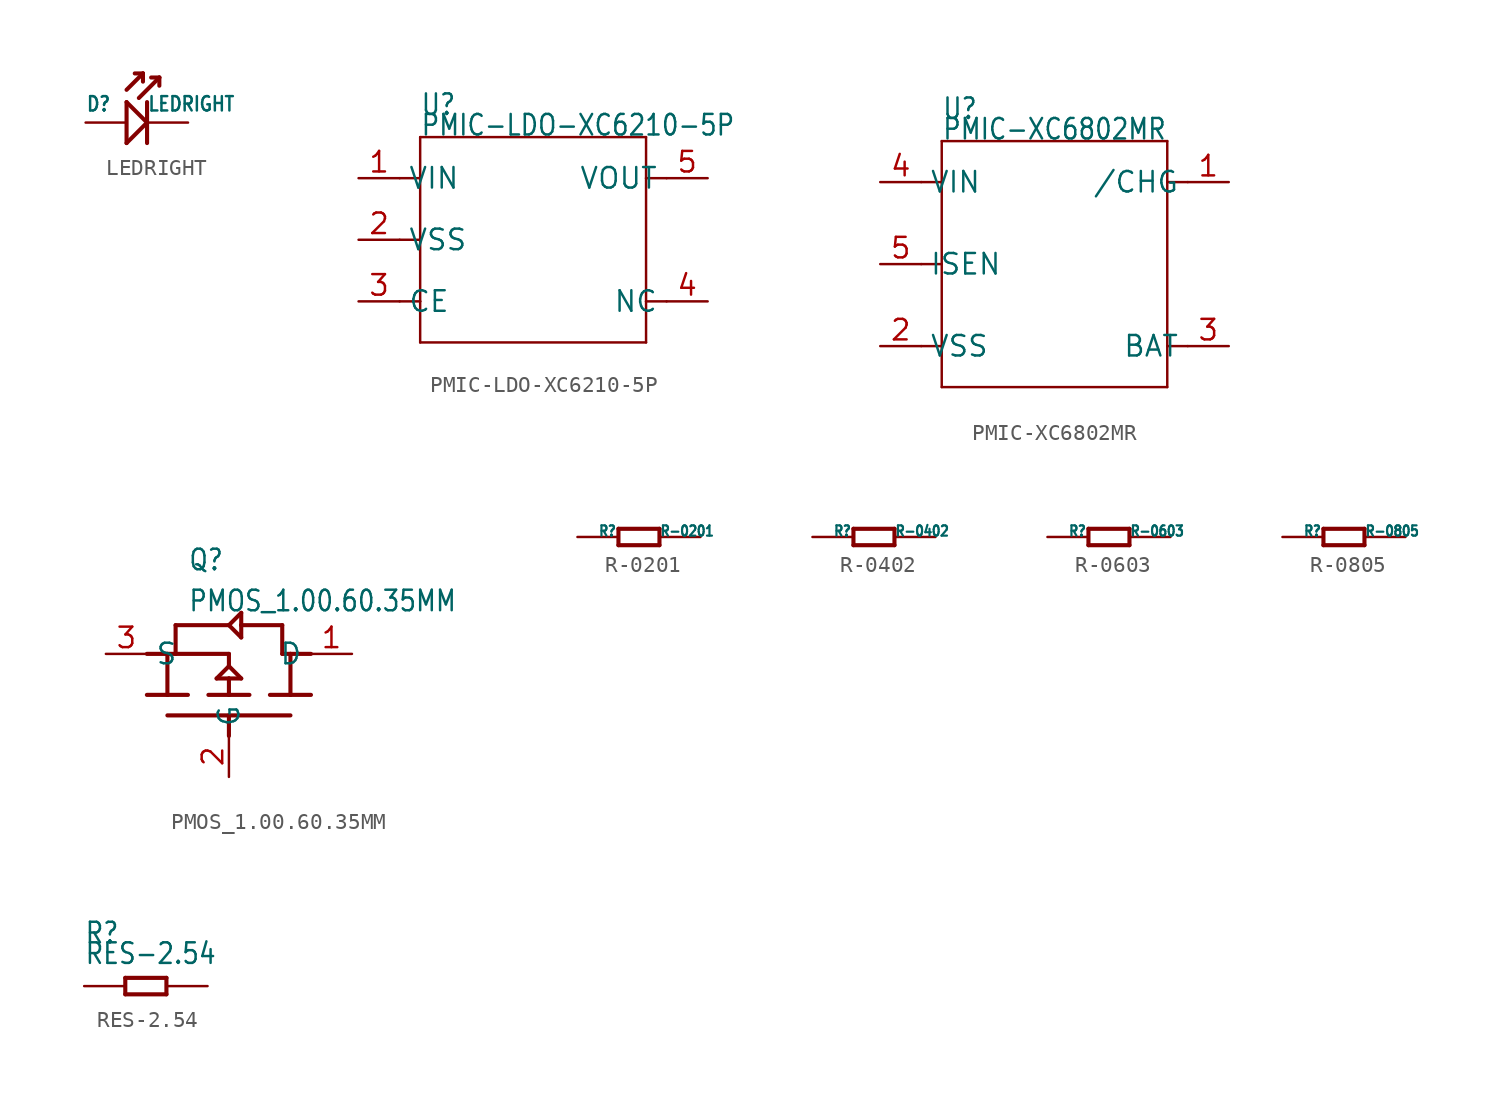
<source format=kicad_sym>
(kicad_symbol_lib
  (version 20211014)
  (generator kicad_symbol_editor)
  (symbol "LEDRIGHT"
    (property "Reference" "D"
      (at -2.54 0.635 0)
      (effects (font (size 0.889 0.756)) (justify left bottom)))
    (property "Value" "LEDRIGHT"
      (at 1.27 0.635 0)
      (effects (font (size 0.889 0.756)) (justify left bottom)))
    (property "ki_locked" ""
      (at 0 0 0)
      (effects (font (size 1.27 1.27))))
    (symbol "LEDRIGHT_1_0"
      (polyline (pts (xy 0 -1.27) (xy 0 1.27)) (stroke (width 0.254) (type default) (color 0 0 0 0)) (fill (type none)))
      (polyline (pts (xy 0 1.27) (xy 1.27 0)) (stroke (width 0.254) (type default) (color 0 0 0 0)) (fill (type none)))
      (polyline (pts (xy 0 2.032) (xy 1.016 3.048)) (stroke (width 0.254) (type default) (color 0 0 0 0)) (fill (type none)))
      (polyline (pts (xy 0.762 1.524) (xy 2.032 2.794)) (stroke (width 0.254) (type default) (color 0 0 0 0)) (fill (type none)))
      (polyline (pts (xy 1.016 3.048) (xy 0.508 3.048)) (stroke (width 0.254) (type default) (color 0 0 0 0)) (fill (type none)))
      (polyline (pts (xy 1.016 3.048) (xy 1.016 2.54)) (stroke (width 0.254) (type default) (color 0 0 0 0)) (fill (type none)))
      (polyline (pts (xy 1.27 0) (xy 0 -1.27)) (stroke (width 0.254) (type default) (color 0 0 0 0)) (fill (type none)))
      (polyline (pts (xy 1.27 0) (xy 1.27 -1.27)) (stroke (width 0.254) (type default) (color 0 0 0 0)) (fill (type none)))
      (polyline (pts (xy 1.27 1.27) (xy 1.27 0)) (stroke (width 0.254) (type default) (color 0 0 0 0)) (fill (type none)))
      (polyline (pts (xy 2.032 2.794) (xy 1.524 2.794)) (stroke (width 0.254) (type default) (color 0 0 0 0)) (fill (type none)))
      (polyline (pts (xy 2.032 2.794) (xy 2.032 2.286)) (stroke (width 0.254) (type default) (color 0 0 0 0)) (fill (type none)))
      (pin passive line (at -2.54 0 0) (length 2.54) (name "+" (effects (font (size 0 0)))) (number "1" (effects (font (size 0 0)))))
      (pin passive line (at 3.81 0 180) (length 2.54) (name "-" (effects (font (size 0 0)))) (number "2" (effects (font (size 0 0)))))))
  (symbol "PMIC-LDO-XC6210-5P"
    (property "Reference" "U"
      (at -7.62 7.62 0)
      (effects (font (size 1.27 1.079)) (justify left bottom)))
    (property "Value" "PMIC-LDO-XC6210-5P"
      (at -7.62 6.35 0)
      (effects (font (size 1.27 1.079)) (justify left bottom)))
    (property "ki_locked" ""
      (at 0 0 0)
      (effects (font (size 1.27 1.27))))
    (symbol "PMIC-LDO-XC6210-5P_1_0"
      (polyline (pts (xy -7.62 -6.35) (xy -7.62 -3.81)) (stroke (width 0.152) (type default) (color 0 0 0 0)) (fill (type none)))
      (polyline (pts (xy -7.62 -3.81) (xy -8.89 -3.81)) (stroke (width 0.152) (type default) (color 0 0 0 0)) (fill (type none)))
      (polyline (pts (xy -7.62 -3.81) (xy -7.62 0)) (stroke (width 0.152) (type default) (color 0 0 0 0)) (fill (type none)))
      (polyline (pts (xy -7.62 0) (xy -8.89 0)) (stroke (width 0.152) (type default) (color 0 0 0 0)) (fill (type none)))
      (polyline (pts (xy -7.62 0) (xy -7.62 3.81)) (stroke (width 0.152) (type default) (color 0 0 0 0)) (fill (type none)))
      (polyline (pts (xy -7.62 3.81) (xy -8.89 3.81)) (stroke (width 0.152) (type default) (color 0 0 0 0)) (fill (type none)))
      (polyline (pts (xy -7.62 3.81) (xy -7.62 6.35)) (stroke (width 0.152) (type default) (color 0 0 0 0)) (fill (type none)))
      (polyline (pts (xy -7.62 6.35) (xy 6.35 6.35)) (stroke (width 0.152) (type default) (color 0 0 0 0)) (fill (type none)))
      (polyline (pts (xy 6.35 -6.35) (xy -7.62 -6.35)) (stroke (width 0.152) (type default) (color 0 0 0 0)) (fill (type none)))
      (polyline (pts (xy 6.35 -3.81) (xy 6.35 -6.35)) (stroke (width 0.152) (type default) (color 0 0 0 0)) (fill (type none)))
      (polyline (pts (xy 6.35 3.81) (xy 6.35 -3.81)) (stroke (width 0.152) (type default) (color 0 0 0 0)) (fill (type none)))
      (polyline (pts (xy 6.35 6.35) (xy 6.35 3.81)) (stroke (width 0.152) (type default) (color 0 0 0 0)) (fill (type none)))
      (polyline (pts (xy 7.62 -3.81) (xy 6.35 -3.81)) (stroke (width 0.152) (type default) (color 0 0 0 0)) (fill (type none)))
      (polyline (pts (xy 7.62 3.81) (xy 6.35 3.81)) (stroke (width 0.152) (type default) (color 0 0 0 0)) (fill (type none)))
      (pin bidirectional line (at -11.43 3.81 0) (length 2.54) (name "VIN" (effects (font (size 1.27 1.27)))) (number "1" (effects (font (size 1.27 1.27)))))
      (pin bidirectional line (at -11.43 0 0) (length 2.54) (name "VSS" (effects (font (size 1.27 1.27)))) (number "2" (effects (font (size 1.27 1.27)))))
      (pin bidirectional line (at -11.43 -3.81 0) (length 2.54) (name "CE" (effects (font (size 1.27 1.27)))) (number "3" (effects (font (size 1.27 1.27)))))
      (pin bidirectional line (at 10.16 -3.81 180) (length 2.54) (name "NC" (effects (font (size 1.27 1.27)))) (number "4" (effects (font (size 1.27 1.27)))))
      (pin bidirectional line (at 10.16 3.81 180) (length 2.54) (name "VOUT" (effects (font (size 1.27 1.27)))) (number "5" (effects (font (size 1.27 1.27)))))))
  (symbol "PMIC-XC6802MR"
    (property "Reference" "U"
      (at -7.62 8.89 0)
      (effects (font (size 1.27 1.079)) (justify left bottom)))
    (property "Value" "PMIC-XC6802MR"
      (at -7.62 7.62 0)
      (effects (font (size 1.27 1.079)) (justify left bottom)))
    (property "ki_locked" ""
      (at 0 0 0)
      (effects (font (size 1.27 1.27))))
    (symbol "PMIC-XC6802MR_1_0"
      (polyline (pts (xy -8.89 -5.08) (xy -7.62 -5.08)) (stroke (width 0.152) (type default) (color 0 0 0 0)) (fill (type none)))
      (polyline (pts (xy -8.89 0) (xy -7.62 0)) (stroke (width 0.152) (type default) (color 0 0 0 0)) (fill (type none)))
      (polyline (pts (xy -8.89 5.08) (xy -7.62 5.08)) (stroke (width 0.152) (type default) (color 0 0 0 0)) (fill (type none)))
      (polyline (pts (xy -7.62 -7.62) (xy -7.62 -5.08)) (stroke (width 0.152) (type default) (color 0 0 0 0)) (fill (type none)))
      (polyline (pts (xy -7.62 -5.08) (xy -7.62 0)) (stroke (width 0.152) (type default) (color 0 0 0 0)) (fill (type none)))
      (polyline (pts (xy -7.62 0) (xy -7.62 5.08)) (stroke (width 0.152) (type default) (color 0 0 0 0)) (fill (type none)))
      (polyline (pts (xy -7.62 5.08) (xy -7.62 7.62)) (stroke (width 0.152) (type default) (color 0 0 0 0)) (fill (type none)))
      (polyline (pts (xy -7.62 7.62) (xy 6.35 7.62)) (stroke (width 0.152) (type default) (color 0 0 0 0)) (fill (type none)))
      (polyline (pts (xy 6.35 -7.62) (xy -7.62 -7.62)) (stroke (width 0.152) (type default) (color 0 0 0 0)) (fill (type none)))
      (polyline (pts (xy 6.35 -5.08) (xy 6.35 -7.62)) (stroke (width 0.152) (type default) (color 0 0 0 0)) (fill (type none)))
      (polyline (pts (xy 6.35 5.08) (xy 6.35 -5.08)) (stroke (width 0.152) (type default) (color 0 0 0 0)) (fill (type none)))
      (polyline (pts (xy 6.35 7.62) (xy 6.35 5.08)) (stroke (width 0.152) (type default) (color 0 0 0 0)) (fill (type none)))
      (polyline (pts (xy 7.62 -5.08) (xy 6.35 -5.08)) (stroke (width 0.152) (type default) (color 0 0 0 0)) (fill (type none)))
      (polyline (pts (xy 7.62 5.08) (xy 6.35 5.08)) (stroke (width 0.152) (type default) (color 0 0 0 0)) (fill (type none)))
      (pin bidirectional line (at 10.16 5.08 180) (length 2.54) (name "/CHG" (effects (font (size 1.27 1.27)))) (number "1" (effects (font (size 1.27 1.27)))))
      (pin bidirectional line (at -11.43 -5.08 0) (length 2.54) (name "VSS" (effects (font (size 1.27 1.27)))) (number "2" (effects (font (size 1.27 1.27)))))
      (pin bidirectional line (at 10.16 -5.08 180) (length 2.54) (name "BAT" (effects (font (size 1.27 1.27)))) (number "3" (effects (font (size 1.27 1.27)))))
      (pin bidirectional line (at -11.43 5.08 0) (length 2.54) (name "VIN" (effects (font (size 1.27 1.27)))) (number "4" (effects (font (size 1.27 1.27)))))
      (pin bidirectional line (at -11.43 0 0) (length 2.54) (name "ISEN" (effects (font (size 1.27 1.27)))) (number "5" (effects (font (size 1.27 1.27)))))))
  (symbol "PMOS_1.00.60.35MM"
    (property "Reference" "Q"
      (at -2.54 7.62 0)
      (effects (font (size 1.27 1.079)) (justify left bottom)))
    (property "Value" "PMOS_1.00.60.35MM"
      (at -2.54 5.08 0)
      (effects (font (size 1.27 1.079)) (justify left bottom)))
    (property "ki_locked" ""
      (at 0 0 0)
      (effects (font (size 1.27 1.27))))
    (symbol "PMOS_1.00.60.35MM_1_0"
      (polyline (pts (xy -5.08 0) (xy -3.81 0)) (stroke (width 0.254) (type default) (color 0 0 0 0)) (fill (type none)))
      (polyline (pts (xy -3.81 -1.27) (xy 0 -1.27)) (stroke (width 0.254) (type default) (color 0 0 0 0)) (fill (type none)))
      (polyline (pts (xy -3.81 0) (xy -2.54 0)) (stroke (width 0.254) (type default) (color 0 0 0 0)) (fill (type none)))
      (polyline (pts (xy -3.81 2.54) (xy -5.08 2.54)) (stroke (width 0.254) (type default) (color 0 0 0 0)) (fill (type none)))
      (polyline (pts (xy -3.81 2.54) (xy -3.81 0)) (stroke (width 0.254) (type default) (color 0 0 0 0)) (fill (type none)))
      (polyline (pts (xy -3.81 2.54) (xy -3.302 2.54)) (stroke (width 0.254) (type default) (color 0 0 0 0)) (fill (type none)))
      (polyline (pts (xy -3.302 2.54) (xy -3.302 4.318)) (stroke (width 0.254) (type default) (color 0 0 0 0)) (fill (type none)))
      (polyline (pts (xy -3.302 2.54) (xy 0 2.54)) (stroke (width 0.254) (type default) (color 0 0 0 0)) (fill (type none)))
      (polyline (pts (xy -3.302 4.318) (xy 0 4.318)) (stroke (width 0.254) (type default) (color 0 0 0 0)) (fill (type none)))
      (polyline (pts (xy -1.27 0) (xy 0 0)) (stroke (width 0.254) (type default) (color 0 0 0 0)) (fill (type none)))
      (polyline (pts (xy -0.762 1.016) (xy 0 1.016)) (stroke (width 0.254) (type default) (color 0 0 0 0)) (fill (type none)))
      (polyline (pts (xy 0 -1.27) (xy 0 -2.54)) (stroke (width 0.254) (type default) (color 0 0 0 0)) (fill (type none)))
      (polyline (pts (xy 0 -1.27) (xy 3.81 -1.27)) (stroke (width 0.254) (type default) (color 0 0 0 0)) (fill (type none)))
      (polyline (pts (xy 0 0) (xy 1.27 0)) (stroke (width 0.254) (type default) (color 0 0 0 0)) (fill (type none)))
      (polyline (pts (xy 0 1.016) (xy 0 0)) (stroke (width 0.254) (type default) (color 0 0 0 0)) (fill (type none)))
      (polyline (pts (xy 0 1.016) (xy 0.762 1.016)) (stroke (width 0.254) (type default) (color 0 0 0 0)) (fill (type none)))
      (polyline (pts (xy 0 1.778) (xy -0.762 1.016)) (stroke (width 0.254) (type default) (color 0 0 0 0)) (fill (type none)))
      (polyline (pts (xy 0 2.54) (xy 0 1.778)) (stroke (width 0.254) (type default) (color 0 0 0 0)) (fill (type none)))
      (polyline (pts (xy 0 4.318) (xy 0.762 3.556)) (stroke (width 0.254) (type default) (color 0 0 0 0)) (fill (type none)))
      (polyline (pts (xy 0.762 1.016) (xy 0 1.778)) (stroke (width 0.254) (type default) (color 0 0 0 0)) (fill (type none)))
      (polyline (pts (xy 0.762 3.556) (xy 0.762 4.318)) (stroke (width 0.254) (type default) (color 0 0 0 0)) (fill (type none)))
      (polyline (pts (xy 0.762 4.318) (xy 0.762 5.08)) (stroke (width 0.254) (type default) (color 0 0 0 0)) (fill (type none)))
      (polyline (pts (xy 0.762 4.318) (xy 3.302 4.318)) (stroke (width 0.254) (type default) (color 0 0 0 0)) (fill (type none)))
      (polyline (pts (xy 0.762 5.08) (xy 0 4.318)) (stroke (width 0.254) (type default) (color 0 0 0 0)) (fill (type none)))
      (polyline (pts (xy 2.54 0) (xy 3.81 0)) (stroke (width 0.254) (type default) (color 0 0 0 0)) (fill (type none)))
      (polyline (pts (xy 3.302 2.54) (xy 3.81 2.54)) (stroke (width 0.254) (type default) (color 0 0 0 0)) (fill (type none)))
      (polyline (pts (xy 3.302 4.318) (xy 3.302 2.54)) (stroke (width 0.254) (type default) (color 0 0 0 0)) (fill (type none)))
      (polyline (pts (xy 3.81 0) (xy 5.08 0)) (stroke (width 0.254) (type default) (color 0 0 0 0)) (fill (type none)))
      (polyline (pts (xy 3.81 2.54) (xy 3.81 0)) (stroke (width 0.254) (type default) (color 0 0 0 0)) (fill (type none)))
      (polyline (pts (xy 3.81 2.54) (xy 5.08 2.54)) (stroke (width 0.254) (type default) (color 0 0 0 0)) (fill (type none)))
      (pin bidirectional line (at 7.62 2.54 180) (length 2.54) (name "D" (effects (font (size 1.27 1.27)))) (number "1" (effects (font (size 1.27 1.27)))))
      (pin bidirectional line (at 0 -5.08 90) (length 2.54) (name "G" (effects (font (size 1.27 1.27)))) (number "2" (effects (font (size 1.27 1.27)))))
      (pin bidirectional line (at -7.62 2.54 0) (length 2.54) (name "S" (effects (font (size 1.27 1.27)))) (number "3" (effects (font (size 1.27 1.27)))))))
  (symbol "R-0201"
    (property "Reference" "R"
      (at -2.54 0 0)
      (effects (font (size 0.635 0.54)) (justify left bottom)))
    (property "Value" "R-0201"
      (at 1.27 0 0)
      (effects (font (size 0.635 0.54)) (justify left bottom)))
    (property "ki_locked" ""
      (at 0 0 0)
      (effects (font (size 1.27 1.27))))
    (symbol "R-0201_1_0"
      (polyline (pts (xy -1.27 -0.508) (xy -1.27 0.508)) (stroke (width 0.254) (type default) (color 0 0 0 0)) (fill (type none)))
      (polyline (pts (xy -1.27 0.508) (xy 1.27 0.508)) (stroke (width 0.254) (type default) (color 0 0 0 0)) (fill (type none)))
      (polyline (pts (xy 1.27 -0.508) (xy -1.27 -0.508)) (stroke (width 0.254) (type default) (color 0 0 0 0)) (fill (type none)))
      (polyline (pts (xy 1.27 0.508) (xy 1.27 -0.508)) (stroke (width 0.254) (type default) (color 0 0 0 0)) (fill (type none)))
      (pin passive line (at -3.81 0 0) (length 2.54) (name "1" (effects (font (size 0 0)))) (number "1" (effects (font (size 0 0)))))
      (pin passive line (at 3.81 0 180) (length 2.54) (name "2" (effects (font (size 0 0)))) (number "2" (effects (font (size 0 0)))))))
  (symbol "R-0402"
    (property "Reference" "R"
      (at -2.54 0 0)
      (effects (font (size 0.635 0.54)) (justify left bottom)))
    (property "Value" "R-0402"
      (at 1.27 0 0)
      (effects (font (size 0.635 0.54)) (justify left bottom)))
    (property "ki_locked" ""
      (at 0 0 0)
      (effects (font (size 1.27 1.27))))
    (symbol "R-0402_1_0"
      (polyline (pts (xy -1.27 -0.508) (xy -1.27 0.508)) (stroke (width 0.254) (type default) (color 0 0 0 0)) (fill (type none)))
      (polyline (pts (xy -1.27 0.508) (xy 1.27 0.508)) (stroke (width 0.254) (type default) (color 0 0 0 0)) (fill (type none)))
      (polyline (pts (xy 1.27 -0.508) (xy -1.27 -0.508)) (stroke (width 0.254) (type default) (color 0 0 0 0)) (fill (type none)))
      (polyline (pts (xy 1.27 0.508) (xy 1.27 -0.508)) (stroke (width 0.254) (type default) (color 0 0 0 0)) (fill (type none)))
      (pin passive line (at -3.81 0 0) (length 2.54) (name "1" (effects (font (size 0 0)))) (number "1" (effects (font (size 0 0)))))
      (pin passive line (at 3.81 0 180) (length 2.54) (name "2" (effects (font (size 0 0)))) (number "2" (effects (font (size 0 0)))))))
  (symbol "R-0603"
    (property "Reference" "R"
      (at -2.54 0 0)
      (effects (font (size 0.635 0.54)) (justify left bottom)))
    (property "Value" "R-0603"
      (at 1.27 0 0)
      (effects (font (size 0.635 0.54)) (justify left bottom)))
    (property "ki_locked" ""
      (at 0 0 0)
      (effects (font (size 1.27 1.27))))
    (symbol "R-0603_1_0"
      (polyline (pts (xy -1.27 -0.508) (xy -1.27 0.508)) (stroke (width 0.254) (type default) (color 0 0 0 0)) (fill (type none)))
      (polyline (pts (xy -1.27 0.508) (xy 1.27 0.508)) (stroke (width 0.254) (type default) (color 0 0 0 0)) (fill (type none)))
      (polyline (pts (xy 1.27 -0.508) (xy -1.27 -0.508)) (stroke (width 0.254) (type default) (color 0 0 0 0)) (fill (type none)))
      (polyline (pts (xy 1.27 0.508) (xy 1.27 -0.508)) (stroke (width 0.254) (type default) (color 0 0 0 0)) (fill (type none)))
      (pin passive line (at -3.81 0 0) (length 2.54) (name "1" (effects (font (size 0 0)))) (number "1" (effects (font (size 0 0)))))
      (pin passive line (at 3.81 0 180) (length 2.54) (name "2" (effects (font (size 0 0)))) (number "2" (effects (font (size 0 0)))))))
  (symbol "R-0805"
    (property "Reference" "R"
      (at -2.54 0 0)
      (effects (font (size 0.635 0.54)) (justify left bottom)))
    (property "Value" "R-0805"
      (at 1.27 0 0)
      (effects (font (size 0.635 0.54)) (justify left bottom)))
    (property "ki_locked" ""
      (at 0 0 0)
      (effects (font (size 1.27 1.27))))
    (symbol "R-0805_1_0"
      (polyline (pts (xy -1.27 -0.508) (xy -1.27 0.508)) (stroke (width 0.254) (type default) (color 0 0 0 0)) (fill (type none)))
      (polyline (pts (xy -1.27 0.508) (xy 1.27 0.508)) (stroke (width 0.254) (type default) (color 0 0 0 0)) (fill (type none)))
      (polyline (pts (xy 1.27 -0.508) (xy -1.27 -0.508)) (stroke (width 0.254) (type default) (color 0 0 0 0)) (fill (type none)))
      (polyline (pts (xy 1.27 0.508) (xy 1.27 -0.508)) (stroke (width 0.254) (type default) (color 0 0 0 0)) (fill (type none)))
      (pin passive line (at -3.81 0 0) (length 2.54) (name "1" (effects (font (size 0 0)))) (number "1" (effects (font (size 0 0)))))
      (pin passive line (at 3.81 0 180) (length 2.54) (name "2" (effects (font (size 0 0)))) (number "2" (effects (font (size 0 0)))))))
  (symbol "RES-2.54"
    (property "Reference" "R"
      (at -3.81 2.54 0)
      (effects (font (size 1.27 1.079)) (justify left bottom)))
    (property "Value" "RES-2.54"
      (at -3.81 1.27 0)
      (effects (font (size 1.27 1.079)) (justify left bottom)))
    (property "ki_locked" ""
      (at 0 0 0)
      (effects (font (size 1.27 1.27))))
    (symbol "RES-2.54_1_0"
      (polyline (pts (xy -1.27 -0.508) (xy -1.27 0.508)) (stroke (width 0.254) (type default) (color 0 0 0 0)) (fill (type none)))
      (polyline (pts (xy -1.27 0.508) (xy 1.27 0.508)) (stroke (width 0.254) (type default) (color 0 0 0 0)) (fill (type none)))
      (polyline (pts (xy 1.27 -0.508) (xy -1.27 -0.508)) (stroke (width 0.254) (type default) (color 0 0 0 0)) (fill (type none)))
      (polyline (pts (xy 1.27 0.508) (xy 1.27 -0.508)) (stroke (width 0.254) (type default) (color 0 0 0 0)) (fill (type none)))
      (pin passive line (at -3.81 0 0) (length 2.54) (name "1" (effects (font (size 0 0)))) (number "1" (effects (font (size 0 0)))))
      (pin passive line (at 3.81 0 180) (length 2.54) (name "2" (effects (font (size 0 0)))) (number "2" (effects (font (size 0 0))))))))
</source>
